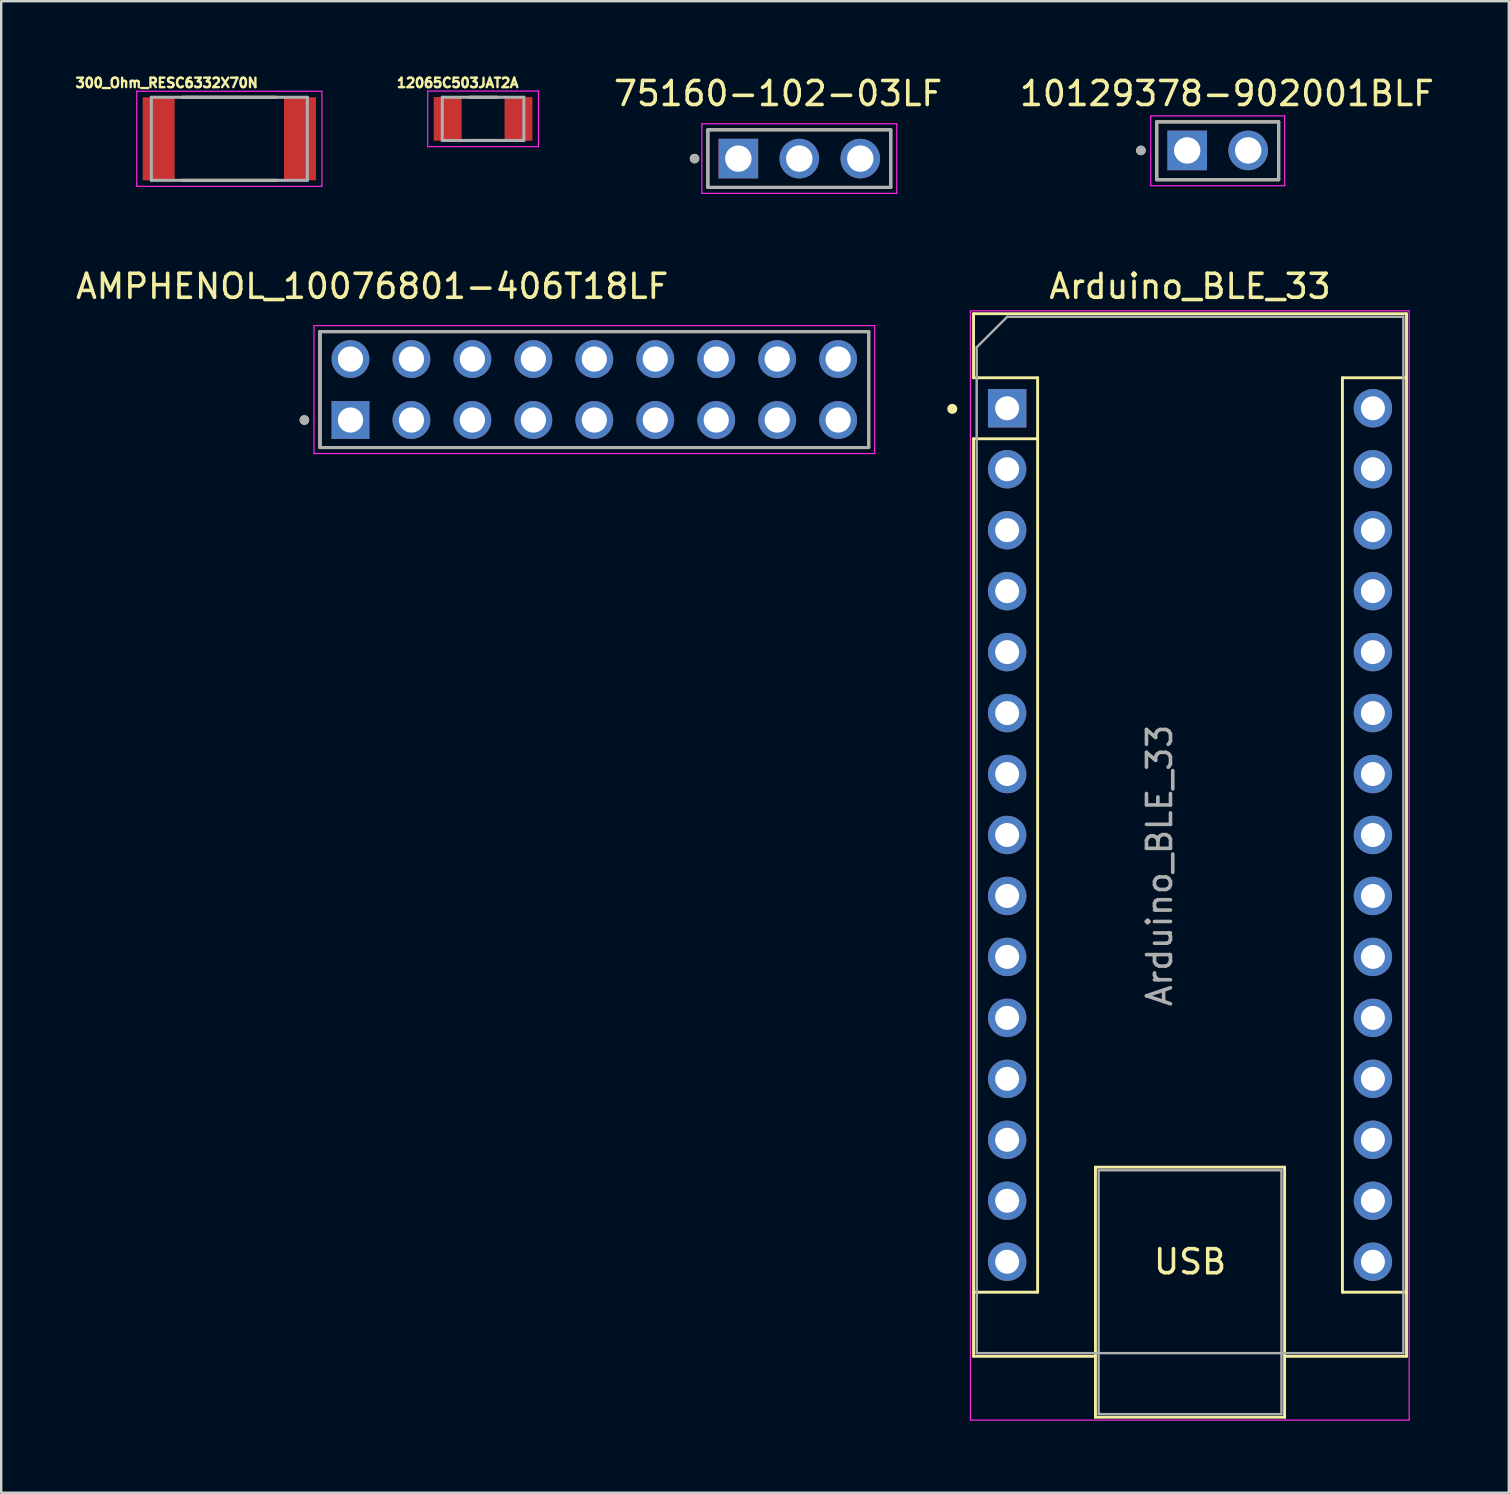
<source format=kicad_pcb>
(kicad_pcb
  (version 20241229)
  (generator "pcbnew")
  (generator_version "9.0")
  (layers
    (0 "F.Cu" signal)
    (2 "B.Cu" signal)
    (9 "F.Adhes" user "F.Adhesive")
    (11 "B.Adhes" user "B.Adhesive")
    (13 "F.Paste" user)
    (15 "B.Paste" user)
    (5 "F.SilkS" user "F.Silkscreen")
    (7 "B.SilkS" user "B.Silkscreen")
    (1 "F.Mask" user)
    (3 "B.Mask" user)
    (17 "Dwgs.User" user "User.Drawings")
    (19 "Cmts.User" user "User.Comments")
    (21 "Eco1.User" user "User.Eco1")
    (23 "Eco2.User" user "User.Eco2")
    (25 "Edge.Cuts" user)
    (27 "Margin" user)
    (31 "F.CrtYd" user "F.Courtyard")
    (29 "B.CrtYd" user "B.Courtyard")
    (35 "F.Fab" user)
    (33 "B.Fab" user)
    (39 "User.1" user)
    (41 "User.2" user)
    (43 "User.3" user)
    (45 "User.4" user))
  (footprint "Arduino_BLE_33"
    (layer "F.Cu")
    (at 38.914 13.961)
    (property "Reference" "Arduino_BLE_33" (at 7.62 -5.08 0) (layer "F.SilkS") (effects (font (size 1 1) (thickness 0.15))))
    (attr through_hole)
    (fp_line (start -1.4 -3.94) (end -1.4 -1.27) (stroke (width 0.12) (type solid)) (layer "F.SilkS"))
    (fp_line (start -1.4 1.27) (end -1.4 39.5) (stroke (width 0.12) (type solid)) (layer "F.SilkS"))
    (fp_line (start -1.4 39.5) (end 3.68 39.5) (stroke (width 0.12) (type solid)) (layer "F.SilkS"))
    (fp_line (start 1.27 -1.27) (end -1.4 -1.27) (stroke (width 0.12) (type solid)) (layer "F.SilkS"))
    (fp_line (start 1.27 1.27) (end -1.4 1.27) (stroke (width 0.12) (type solid)) (layer "F.SilkS"))
    (fp_line (start 1.27 1.27) (end 1.27 -1.27) (stroke (width 0.12) (type solid)) (layer "F.SilkS"))
    (fp_line (start 1.27 1.27) (end 1.27 36.83) (stroke (width 0.12) (type solid)) (layer "F.SilkS"))
    (fp_line (start 1.27 36.83) (end -1.4 36.83) (stroke (width 0.12) (type solid)) (layer "F.SilkS"))
    (fp_line (start 3.68 31.62) (end 11.56 31.62) (stroke (width 0.12) (type solid)) (layer "F.SilkS"))
    (fp_line (start 3.68 42.04) (end 3.68 31.62) (stroke (width 0.12) (type solid)) (layer "F.SilkS"))
    (fp_line (start 11.56 31.62) (end 11.56 42.04) (stroke (width 0.12) (type solid)) (layer "F.SilkS"))
    (fp_line (start 11.56 42.04) (end 3.68 42.04) (stroke (width 0.12) (type solid)) (layer "F.SilkS"))
    (fp_line (start 13.97 -1.27) (end 13.97 36.83) (stroke (width 0.12) (type solid)) (layer "F.SilkS"))
    (fp_line (start 13.97 -1.27) (end 16.64 -1.27) (stroke (width 0.12) (type solid)) (layer "F.SilkS"))
    (fp_line (start 13.97 36.83) (end 16.64 36.83) (stroke (width 0.12) (type solid)) (layer "F.SilkS"))
    (fp_line (start 16.64 -3.94) (end -1.4 -3.94) (stroke (width 0.12) (type solid)) (layer "F.SilkS"))
    (fp_line (start 16.64 39.5) (end 11.56 39.5) (stroke (width 0.12) (type solid)) (layer "F.SilkS"))
    (fp_line (start 16.64 39.5) (end 16.64 -3.94) (stroke (width 0.12) (type solid)) (layer "F.SilkS"))
    (fp_circle (center -2.286 0.025) (end -2.176 0.025) (stroke (width 0.2) (type solid)) (fill no) (layer "F.SilkS"))
    (fp_line (start -1.53 -4.06) (end -1.53 42.16) (stroke (width 0.05) (type solid)) (layer "F.CrtYd"))
    (fp_line (start -1.53 -4.06) (end 16.75 -4.06) (stroke (width 0.05) (type solid)) (layer "F.CrtYd"))
    (fp_line (start 16.75 42.16) (end -1.53 42.16) (stroke (width 0.05) (type solid)) (layer "F.CrtYd"))
    (fp_line (start 16.75 42.16) (end 16.75 -4.06) (stroke (width 0.05) (type solid)) (layer "F.CrtYd"))
    (fp_line (start -1.27 -2.54) (end 0 -3.81) (stroke (width 0.1) (type solid)) (layer "F.Fab"))
    (fp_line (start -1.27 39.37) (end -1.27 -2.54) (stroke (width 0.1) (type solid)) (layer "F.Fab"))
    (fp_line (start 0 -3.81) (end 16.51 -3.81) (stroke (width 0.1) (type solid)) (layer "F.Fab"))
    (fp_line (start 3.81 31.75) (end 11.43 31.75) (stroke (width 0.1) (type solid)) (layer "F.Fab"))
    (fp_line (start 3.81 41.91) (end 3.81 31.75) (stroke (width 0.1) (type solid)) (layer "F.Fab"))
    (fp_line (start 11.43 31.75) (end 11.43 41.91) (stroke (width 0.1) (type solid)) (layer "F.Fab"))
    (fp_line (start 11.43 41.91) (end 3.81 41.91) (stroke (width 0.1) (type solid)) (layer "F.Fab"))
    (fp_line (start 16.51 -3.81) (end 16.51 39.37) (stroke (width 0.1) (type solid)) (layer "F.Fab"))
    (fp_line (start 16.51 39.37) (end -1.27 39.37) (stroke (width 0.1) (type solid)) (layer "F.Fab"))
    (fp_text user "USB" (at 7.62 35.56 0) (unlocked yes) (layer "F.SilkS") (effects (font (size 1 1) (thickness 0.15))))
    (fp_text user "${REFERENCE}" (at 6.35 19.05 90) (layer "F.Fab") (effects (font (size 1 1) (thickness 0.15))))
    (pad "1" thru_hole rect (at 0 0) (size 1.6 1.6) (drill 1) (layers "*.Cu" "*.Mask"))
    (pad "2" thru_hole oval (at 0 2.54) (size 1.6 1.6) (drill 1) (layers "*.Cu" "*.Mask"))
    (pad "3" thru_hole oval (at 0 5.08) (size 1.6 1.6) (drill 1) (layers "*.Cu" "*.Mask"))
    (pad "4" thru_hole oval (at 0 7.62) (size 1.6 1.6) (drill 1) (layers "*.Cu" "*.Mask"))
    (pad "5" thru_hole oval (at 0 10.16) (size 1.6 1.6) (drill 1) (layers "*.Cu" "*.Mask"))
    (pad "6" thru_hole oval (at 0 12.7) (size 1.6 1.6) (drill 1) (layers "*.Cu" "*.Mask"))
    (pad "7" thru_hole oval (at 0 15.24) (size 1.6 1.6) (drill 1) (layers "*.Cu" "*.Mask"))
    (pad "8" thru_hole oval (at 0 17.78) (size 1.6 1.6) (drill 1) (layers "*.Cu" "*.Mask"))
    (pad "9" thru_hole oval (at 0 20.32) (size 1.6 1.6) (drill 1) (layers "*.Cu" "*.Mask"))
    (pad "10" thru_hole oval (at 0 22.86) (size 1.6 1.6) (drill 1) (layers "*.Cu" "*.Mask"))
    (pad "11" thru_hole oval (at 0 25.4) (size 1.6 1.6) (drill 1) (layers "*.Cu" "*.Mask"))
    (pad "12" thru_hole oval (at 0 27.94) (size 1.6 1.6) (drill 1) (layers "*.Cu" "*.Mask"))
    (pad "13" thru_hole oval (at 0 30.48) (size 1.6 1.6) (drill 1) (layers "*.Cu" "*.Mask"))
    (pad "14" thru_hole oval (at 0 33.02) (size 1.6 1.6) (drill 1) (layers "*.Cu" "*.Mask"))
    (pad "15" thru_hole oval (at 0 35.56) (size 1.6 1.6) (drill 1) (layers "*.Cu" "*.Mask"))
    (pad "16" thru_hole oval (at 15.24 35.56) (size 1.6 1.6) (drill 1) (layers "*.Cu" "*.Mask"))
    (pad "17" thru_hole oval (at 15.24 33.02) (size 1.6 1.6) (drill 1) (layers "*.Cu" "*.Mask"))
    (pad "18" thru_hole oval (at 15.24 30.48) (size 1.6 1.6) (drill 1) (layers "*.Cu" "*.Mask"))
    (pad "19" thru_hole oval (at 15.24 27.94) (size 1.6 1.6) (drill 1) (layers "*.Cu" "*.Mask"))
    (pad "20" thru_hole oval (at 15.24 25.4) (size 1.6 1.6) (drill 1) (layers "*.Cu" "*.Mask"))
    (pad "21" thru_hole oval (at 15.24 22.86) (size 1.6 1.6) (drill 1) (layers "*.Cu" "*.Mask"))
    (pad "22" thru_hole oval (at 15.24 20.32) (size 1.6 1.6) (drill 1) (layers "*.Cu" "*.Mask"))
    (pad "23" thru_hole oval (at 15.24 17.78) (size 1.6 1.6) (drill 1) (layers "*.Cu" "*.Mask"))
    (pad "24" thru_hole oval (at 15.24 15.24) (size 1.6 1.6) (drill 1) (layers "*.Cu" "*.Mask"))
    (pad "25" thru_hole oval (at 15.24 12.7) (size 1.6 1.6) (drill 1) (layers "*.Cu" "*.Mask"))
    (pad "26" thru_hole oval (at 15.24 10.16) (size 1.6 1.6) (drill 1) (layers "*.Cu" "*.Mask"))
    (pad "27" thru_hole oval (at 15.24 7.62) (size 1.6 1.6) (drill 1) (layers "*.Cu" "*.Mask"))
    (pad "28" thru_hole oval (at 15.24 5.08) (size 1.6 1.6) (drill 1) (layers "*.Cu" "*.Mask"))
    (pad "29" thru_hole oval (at 15.24 2.54) (size 1.6 1.6) (drill 1) (layers "*.Cu" "*.Mask"))
    (pad "30" thru_hole oval (at 15.24 0) (size 1.6 1.6) (drill 1) (layers "*.Cu" "*.Mask")))
  (footprint "75160-102-03LF"
    (layer "F.Cu")
    (at 30.254 3.558)
    (property "Reference" "75160-102-03LF" (at -0.885 -2.71 0) (layer "F.SilkS") (effects (font (size 1 1) (thickness 0.15))))
    (attr through_hole)
    (fp_line (start -3.81 -1.2) (end -3.81 1.2) (stroke (width 0.127) (type solid)) (layer "F.SilkS"))
    (fp_line (start -3.81 1.2) (end 3.81 1.2) (stroke (width 0.127) (type solid)) (layer "F.SilkS"))
    (fp_line (start 3.81 -1.2) (end -3.81 -1.2) (stroke (width 0.127) (type solid)) (layer "F.SilkS"))
    (fp_line (start 3.81 1.2) (end 3.81 -1.2) (stroke (width 0.127) (type solid)) (layer "F.SilkS"))
    (fp_circle (center -4.365 0) (end -4.265 0) (stroke (width 0.2) (type solid)) (fill no) (layer "F.SilkS"))
    (fp_line (start -4.06 -1.45) (end -4.06 1.45) (stroke (width 0.05) (type solid)) (layer "F.CrtYd"))
    (fp_line (start -4.06 1.45) (end 4.06 1.45) (stroke (width 0.05) (type solid)) (layer "F.CrtYd"))
    (fp_line (start 4.06 -1.45) (end -4.06 -1.45) (stroke (width 0.05) (type solid)) (layer "F.CrtYd"))
    (fp_line (start 4.06 1.45) (end 4.06 -1.45) (stroke (width 0.05) (type solid)) (layer "F.CrtYd"))
    (fp_line (start -3.81 -1.2) (end -3.81 1.2) (stroke (width 0.127) (type solid)) (layer "F.Fab"))
    (fp_line (start -3.81 1.2) (end 3.81 1.2) (stroke (width 0.127) (type solid)) (layer "F.Fab"))
    (fp_line (start 3.81 -1.2) (end -3.81 -1.2) (stroke (width 0.127) (type solid)) (layer "F.Fab"))
    (fp_line (start 3.81 1.2) (end 3.81 -1.2) (stroke (width 0.127) (type solid)) (layer "F.Fab"))
    (fp_circle (center -4.365 0) (end -4.265 0) (stroke (width 0.2) (type solid)) (fill no) (layer "F.Fab"))
    (pad "1" thru_hole rect (at -2.54 0) (size 1.65 1.65) (drill 1.1) (layers "*.Cu" "*.Mask"))
    (pad "2" thru_hole circle (at 0 0) (size 1.65 1.65) (drill 1.1) (layers "*.Cu" "*.Mask"))
    (pad "3" thru_hole circle (at 2.54 0) (size 1.65 1.65) (drill 1.1) (layers "*.Cu" "*.Mask")))
  (footprint "300_Ohm_RESC6332X70N"
    (layer "F.Cu")
    (at 6.505 2.733)
    (property "Reference" "300_Ohm_RESC6332X70N" (at -2.61 -2.33 0) (layer "F.SilkS") (effects (font (size 0.394 0.394) (thickness 0.15))))
    (attr smd)
    (fp_line (start -1.96 -1.73) (end 1.96 -1.73) (stroke (width 0.127) (type solid)) (layer "F.SilkS"))
    (fp_line (start -1.96 1.73) (end 1.96 1.73) (stroke (width 0.127) (type solid)) (layer "F.SilkS"))
    (fp_line (start -3.858 -1.981) (end 3.858 -1.981) (stroke (width 0.05) (type solid)) (layer "F.CrtYd"))
    (fp_line (start -3.858 1.981) (end -3.858 -1.981) (stroke (width 0.05) (type solid)) (layer "F.CrtYd"))
    (fp_line (start -3.858 1.981) (end 3.858 1.981) (stroke (width 0.05) (type solid)) (layer "F.CrtYd"))
    (fp_line (start 3.858 1.981) (end 3.858 -1.981) (stroke (width 0.05) (type solid)) (layer "F.CrtYd"))
    (fp_line (start -3.25 1.73) (end -3.25 -1.73) (stroke (width 0.127) (type solid)) (layer "F.Fab"))
    (fp_line (start 3.25 -1.73) (end -3.25 -1.73) (stroke (width 0.127) (type solid)) (layer "F.Fab"))
    (fp_line (start 3.25 1.73) (end -3.25 1.73) (stroke (width 0.127) (type solid)) (layer "F.Fab"))
    (fp_line (start 3.25 1.73) (end 3.25 -1.73) (stroke (width 0.127) (type solid)) (layer "F.Fab"))
    (pad "1" smd rect (at -2.944 0) (size 1.33 3.46) (layers "F.Cu" "F.Mask" "F.Paste"))
    (pad "2" smd rect (at 2.944 0) (size 1.33 3.46) (layers "F.Cu" "F.Mask" "F.Paste")))
  (footprint "10129378-902001BLF"
    (layer "F.Cu")
    (at 47.687 3.233)
    (property "Reference" "10129378-902001BLF" (at 0.385 -2.385 0) (layer "F.SilkS") (effects (font (size 1 1) (thickness 0.15))))
    (attr through_hole)
    (fp_line (start -2.54 -1.205) (end 2.54 -1.205) (stroke (width 0.127) (type solid)) (layer "F.SilkS"))
    (fp_line (start -2.54 1.205) (end -2.54 -1.205) (stroke (width 0.127) (type solid)) (layer "F.SilkS"))
    (fp_line (start 2.54 -1.205) (end 2.54 1.205) (stroke (width 0.127) (type solid)) (layer "F.SilkS"))
    (fp_line (start 2.54 1.205) (end -2.54 1.205) (stroke (width 0.127) (type solid)) (layer "F.SilkS"))
    (fp_circle (center -3.2 -0.015) (end -3.1 -0.015) (stroke (width 0.2) (type solid)) (fill no) (layer "F.SilkS"))
    (fp_line (start -2.79 -1.455) (end 2.79 -1.455) (stroke (width 0.05) (type solid)) (layer "F.CrtYd"))
    (fp_line (start -2.79 1.455) (end -2.79 -1.455) (stroke (width 0.05) (type solid)) (layer "F.CrtYd"))
    (fp_line (start 2.79 -1.455) (end 2.79 1.455) (stroke (width 0.05) (type solid)) (layer "F.CrtYd"))
    (fp_line (start 2.79 1.455) (end -2.79 1.455) (stroke (width 0.05) (type solid)) (layer "F.CrtYd"))
    (fp_line (start -2.54 -1.205) (end 2.54 -1.205) (stroke (width 0.127) (type solid)) (layer "F.Fab"))
    (fp_line (start -2.54 1.205) (end -2.54 -1.205) (stroke (width 0.127) (type solid)) (layer "F.Fab"))
    (fp_line (start 2.54 -1.205) (end 2.54 1.205) (stroke (width 0.127) (type solid)) (layer "F.Fab"))
    (fp_line (start 2.54 1.205) (end -2.54 1.205) (stroke (width 0.127) (type solid)) (layer "F.Fab"))
    (fp_circle (center -3.2 -0.015) (end -3.1 -0.015) (stroke (width 0.2) (type solid)) (fill no) (layer "F.Fab"))
    (pad "1" thru_hole rect (at -1.27 -0.015) (size 1.65 1.65) (drill 1.1) (layers "*.Cu" "*.Mask"))
    (pad "2" thru_hole circle (at 1.27 -0.015) (size 1.65 1.65) (drill 1.1) (layers "*.Cu" "*.Mask")))
  (footprint "AMPHENOL_10076801-406T18LF"
    (layer "F.Cu")
    (at 21.713 13.181)
    (property "Reference" "AMPHENOL_10076801-406T18LF" (at -9.255 -4.3 0) (layer "F.SilkS") (effects (font (size 1 1) (thickness 0.15))))
    (attr through_hole)
    (fp_line (start -11.43 2.415) (end -11.43 -2.415) (stroke (width 0.127) (type solid)) (layer "F.SilkS"))
    (fp_line (start 11.43 -2.415) (end -11.43 -2.415) (stroke (width 0.127) (type solid)) (layer "F.SilkS"))
    (fp_line (start 11.43 -2.415) (end 11.43 2.415) (stroke (width 0.127) (type solid)) (layer "F.SilkS"))
    (fp_line (start 11.43 2.415) (end -11.43 2.415) (stroke (width 0.127) (type solid)) (layer "F.SilkS"))
    (fp_circle (center -12.08 1.27) (end -11.98 1.27) (stroke (width 0.2) (type solid)) (fill no) (layer "F.SilkS"))
    (fp_line (start -11.68 -2.665) (end 11.68 -2.665) (stroke (width 0.05) (type solid)) (layer "F.CrtYd"))
    (fp_line (start -11.68 2.665) (end -11.68 -2.665) (stroke (width 0.05) (type solid)) (layer "F.CrtYd"))
    (fp_line (start 11.68 -2.665) (end 11.68 2.665) (stroke (width 0.05) (type solid)) (layer "F.CrtYd"))
    (fp_line (start 11.68 2.665) (end -11.68 2.665) (stroke (width 0.05) (type solid)) (layer "F.CrtYd"))
    (fp_line (start -11.43 -2.415) (end 11.43 -2.415) (stroke (width 0.127) (type solid)) (layer "F.Fab"))
    (fp_line (start -11.43 -2.415) (end 11.43 -2.415) (stroke (width 0.127) (type solid)) (layer "F.Fab"))
    (fp_line (start -11.43 2.415) (end -11.43 -2.415) (stroke (width 0.127) (type solid)) (layer "F.Fab"))
    (fp_line (start -11.43 2.415) (end -11.43 -2.415) (stroke (width 0.127) (type solid)) (layer "F.Fab"))
    (fp_line (start 11.43 -2.415) (end 11.43 2.415) (stroke (width 0.127) (type solid)) (layer "F.Fab"))
    (fp_line (start 11.43 -2.415) (end 11.43 2.415) (stroke (width 0.127) (type solid)) (layer "F.Fab"))
    (fp_line (start 11.43 2.415) (end -11.43 2.415) (stroke (width 0.127) (type solid)) (layer "F.Fab"))
    (fp_circle (center -12.08 1.27) (end -11.98 1.27) (stroke (width 0.2) (type solid)) (fill no) (layer "F.Fab"))
    (pad "01" thru_hole rect (at -10.16 1.27) (size 1.575 1.575) (drill 1.05) (layers "*.Cu" "*.Mask"))
    (pad "02" thru_hole circle (at -10.16 -1.27) (size 1.575 1.575) (drill 1.05) (layers "*.Cu" "*.Mask"))
    (pad "03" thru_hole circle (at -7.62 1.27) (size 1.575 1.575) (drill 1.05) (layers "*.Cu" "*.Mask"))
    (pad "04" thru_hole circle (at -7.62 -1.27) (size 1.575 1.575) (drill 1.05) (layers "*.Cu" "*.Mask"))
    (pad "05" thru_hole circle (at -5.08 1.27) (size 1.575 1.575) (drill 1.05) (layers "*.Cu" "*.Mask"))
    (pad "06" thru_hole circle (at -5.08 -1.27) (size 1.575 1.575) (drill 1.05) (layers "*.Cu" "*.Mask"))
    (pad "07" thru_hole circle (at -2.54 1.27) (size 1.575 1.575) (drill 1.05) (layers "*.Cu" "*.Mask"))
    (pad "08" thru_hole circle (at -2.54 -1.27) (size 1.575 1.575) (drill 1.05) (layers "*.Cu" "*.Mask"))
    (pad "09" thru_hole circle (at 0 1.27) (size 1.575 1.575) (drill 1.05) (layers "*.Cu" "*.Mask"))
    (pad "10" thru_hole circle (at 0 -1.27) (size 1.575 1.575) (drill 1.05) (layers "*.Cu" "*.Mask"))
    (pad "11" thru_hole circle (at 2.54 1.27) (size 1.575 1.575) (drill 1.05) (layers "*.Cu" "*.Mask"))
    (pad "12" thru_hole circle (at 2.54 -1.27) (size 1.575 1.575) (drill 1.05) (layers "*.Cu" "*.Mask"))
    (pad "13" thru_hole circle (at 5.08 1.27) (size 1.575 1.575) (drill 1.05) (layers "*.Cu" "*.Mask"))
    (pad "14" thru_hole circle (at 5.08 -1.27) (size 1.575 1.575) (drill 1.05) (layers "*.Cu" "*.Mask"))
    (pad "15" thru_hole circle (at 7.62 1.27) (size 1.575 1.575) (drill 1.05) (layers "*.Cu" "*.Mask"))
    (pad "16" thru_hole circle (at 7.62 -1.27) (size 1.575 1.575) (drill 1.05) (layers "*.Cu" "*.Mask"))
    (pad "17" thru_hole circle (at 10.16 1.27) (size 1.575 1.575) (drill 1.05) (layers "*.Cu" "*.Mask"))
    (pad "18" thru_hole circle (at 10.16 -1.27) (size 1.575 1.575) (drill 1.05) (layers "*.Cu" "*.Mask")))
  (footprint "12065C503JAT2A"
    (layer "F.Cu")
    (at 17.078 1.903)
    (property "Reference" "12065C503JAT2A" (at -1.06 -1.5 0) (layer "F.SilkS") (effects (font (size 0.394 0.394) (thickness 0.15))))
    (attr smd)
    (fp_line (start -0.57 -0.9) (end 0.57 -0.9) (stroke (width 0.127) (type solid)) (layer "F.SilkS"))
    (fp_line (start -0.57 0.9) (end 0.57 0.9) (stroke (width 0.127) (type solid)) (layer "F.SilkS"))
    (fp_line (start -2.308 -1.158) (end 2.308 -1.158) (stroke (width 0.05) (type solid)) (layer "F.CrtYd"))
    (fp_line (start -2.308 1.158) (end -2.308 -1.158) (stroke (width 0.05) (type solid)) (layer "F.CrtYd"))
    (fp_line (start -2.308 1.158) (end 2.308 1.158) (stroke (width 0.05) (type solid)) (layer "F.CrtYd"))
    (fp_line (start 2.308 1.158) (end 2.308 -1.158) (stroke (width 0.05) (type solid)) (layer "F.CrtYd"))
    (fp_line (start -1.7 0.9) (end -1.7 -0.9) (stroke (width 0.127) (type solid)) (layer "F.Fab"))
    (fp_line (start 1.7 -0.9) (end -1.7 -0.9) (stroke (width 0.127) (type solid)) (layer "F.Fab"))
    (fp_line (start 1.7 0.9) (end -1.7 0.9) (stroke (width 0.127) (type solid)) (layer "F.Fab"))
    (fp_line (start 1.7 0.9) (end 1.7 -0.9) (stroke (width 0.127) (type solid)) (layer "F.Fab"))
    (pad "1" smd rect (at -1.475 0) (size 1.16 1.82) (layers "F.Cu" "F.Mask" "F.Paste"))
    (pad "2" smd rect (at 1.475 0) (size 1.16 1.82) (layers "F.Cu" "F.Mask" "F.Paste")))
  (gr_rect
    (start -3 -3)
    (end 59.816 59.147)
    (stroke (width 0.1) (type default))
    (fill no)
    (layer "Edge.Cuts")))
</source>
